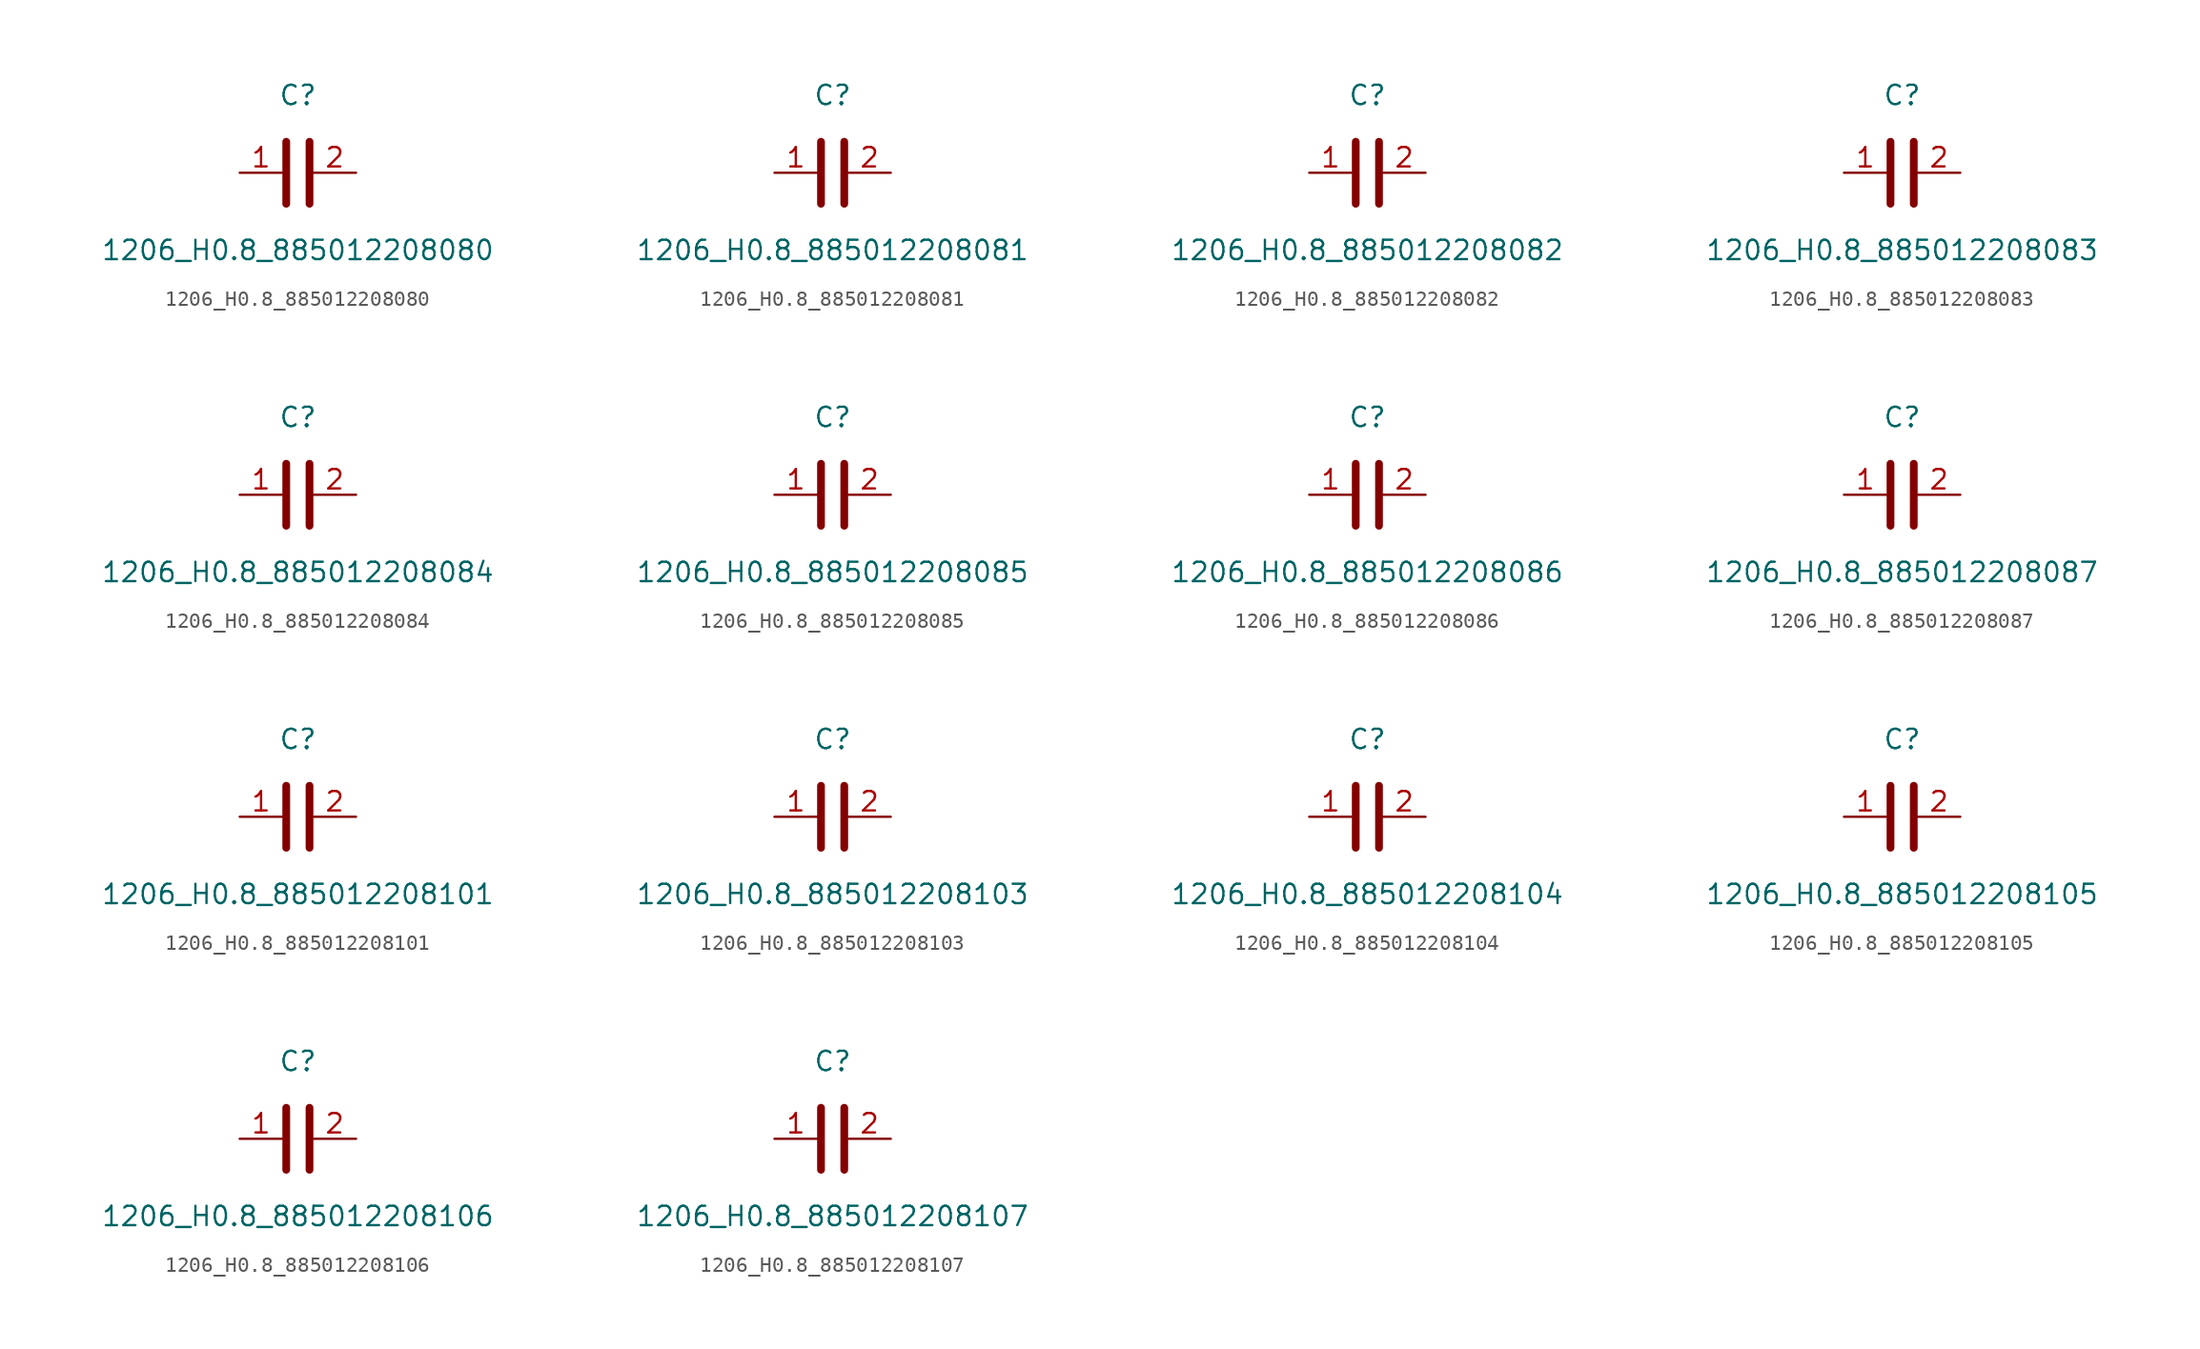
<source format=kicad_sym>
(kicad_symbol_lib
  (version 20220914)
  (generator kicad_symbol_editor)
  (symbol "1206_H0.8_885012208080"
    (pin_names hide)
    (property "Reference" "C"
      (at 0 5.08 0)
      (effects (font (size 1.27 1.27))))
    (property "Value" "1206_H0.8_885012208080"
      (at 0 -5.08 0)
      (effects (font (size 1.27 1.27))))
    (symbol "1206_H0.8_885012208080_0_1"
      (polyline (pts (xy -0.762 -2.032) (xy -0.762 2.032)) (stroke (width 0.508) (type default)) (fill (type none)))
      (polyline (pts (xy 0.762 -2.032) (xy 0.762 2.032)) (stroke (width 0.508) (type default)) (fill (type none))))
    (symbol "1206_H0.8_885012208080_1_1"
      (pin passive line (at -3.81 0 0) (length 2.794) (name "1" (effects (font (size 1.27 1.27)))) (number "1" (effects (font (size 1.27 1.27)))))
      (pin passive line (at 3.81 0 180) (length 2.794) (name "2" (effects (font (size 1.27 1.27)))) (number "2" (effects (font (size 1.27 1.27)))))))
  (symbol "1206_H0.8_885012208081"
    (pin_names hide)
    (property "Reference" "C"
      (at 0 5.08 0)
      (effects (font (size 1.27 1.27))))
    (property "Value" "1206_H0.8_885012208081"
      (at 0 -5.08 0)
      (effects (font (size 1.27 1.27))))
    (symbol "1206_H0.8_885012208081_0_1"
      (polyline (pts (xy -0.762 -2.032) (xy -0.762 2.032)) (stroke (width 0.508) (type default)) (fill (type none)))
      (polyline (pts (xy 0.762 -2.032) (xy 0.762 2.032)) (stroke (width 0.508) (type default)) (fill (type none))))
    (symbol "1206_H0.8_885012208081_1_1"
      (pin passive line (at -3.81 0 0) (length 2.794) (name "1" (effects (font (size 1.27 1.27)))) (number "1" (effects (font (size 1.27 1.27)))))
      (pin passive line (at 3.81 0 180) (length 2.794) (name "2" (effects (font (size 1.27 1.27)))) (number "2" (effects (font (size 1.27 1.27)))))))
  (symbol "1206_H0.8_885012208082"
    (pin_names hide)
    (property "Reference" "C"
      (at 0 5.08 0)
      (effects (font (size 1.27 1.27))))
    (property "Value" "1206_H0.8_885012208082"
      (at 0 -5.08 0)
      (effects (font (size 1.27 1.27))))
    (symbol "1206_H0.8_885012208082_0_1"
      (polyline (pts (xy -0.762 -2.032) (xy -0.762 2.032)) (stroke (width 0.508) (type default)) (fill (type none)))
      (polyline (pts (xy 0.762 -2.032) (xy 0.762 2.032)) (stroke (width 0.508) (type default)) (fill (type none))))
    (symbol "1206_H0.8_885012208082_1_1"
      (pin passive line (at -3.81 0 0) (length 2.794) (name "1" (effects (font (size 1.27 1.27)))) (number "1" (effects (font (size 1.27 1.27)))))
      (pin passive line (at 3.81 0 180) (length 2.794) (name "2" (effects (font (size 1.27 1.27)))) (number "2" (effects (font (size 1.27 1.27)))))))
  (symbol "1206_H0.8_885012208083"
    (pin_names hide)
    (property "Reference" "C"
      (at 0 5.08 0)
      (effects (font (size 1.27 1.27))))
    (property "Value" "1206_H0.8_885012208083"
      (at 0 -5.08 0)
      (effects (font (size 1.27 1.27))))
    (symbol "1206_H0.8_885012208083_0_1"
      (polyline (pts (xy -0.762 -2.032) (xy -0.762 2.032)) (stroke (width 0.508) (type default)) (fill (type none)))
      (polyline (pts (xy 0.762 -2.032) (xy 0.762 2.032)) (stroke (width 0.508) (type default)) (fill (type none))))
    (symbol "1206_H0.8_885012208083_1_1"
      (pin passive line (at -3.81 0 0) (length 2.794) (name "1" (effects (font (size 1.27 1.27)))) (number "1" (effects (font (size 1.27 1.27)))))
      (pin passive line (at 3.81 0 180) (length 2.794) (name "2" (effects (font (size 1.27 1.27)))) (number "2" (effects (font (size 1.27 1.27)))))))
  (symbol "1206_H0.8_885012208084"
    (pin_names hide)
    (property "Reference" "C"
      (at 0 5.08 0)
      (effects (font (size 1.27 1.27))))
    (property "Value" "1206_H0.8_885012208084"
      (at 0 -5.08 0)
      (effects (font (size 1.27 1.27))))
    (symbol "1206_H0.8_885012208084_0_1"
      (polyline (pts (xy -0.762 -2.032) (xy -0.762 2.032)) (stroke (width 0.508) (type default)) (fill (type none)))
      (polyline (pts (xy 0.762 -2.032) (xy 0.762 2.032)) (stroke (width 0.508) (type default)) (fill (type none))))
    (symbol "1206_H0.8_885012208084_1_1"
      (pin passive line (at -3.81 0 0) (length 2.794) (name "1" (effects (font (size 1.27 1.27)))) (number "1" (effects (font (size 1.27 1.27)))))
      (pin passive line (at 3.81 0 180) (length 2.794) (name "2" (effects (font (size 1.27 1.27)))) (number "2" (effects (font (size 1.27 1.27)))))))
  (symbol "1206_H0.8_885012208085"
    (pin_names hide)
    (property "Reference" "C"
      (at 0 5.08 0)
      (effects (font (size 1.27 1.27))))
    (property "Value" "1206_H0.8_885012208085"
      (at 0 -5.08 0)
      (effects (font (size 1.27 1.27))))
    (symbol "1206_H0.8_885012208085_0_1"
      (polyline (pts (xy -0.762 -2.032) (xy -0.762 2.032)) (stroke (width 0.508) (type default)) (fill (type none)))
      (polyline (pts (xy 0.762 -2.032) (xy 0.762 2.032)) (stroke (width 0.508) (type default)) (fill (type none))))
    (symbol "1206_H0.8_885012208085_1_1"
      (pin passive line (at -3.81 0 0) (length 2.794) (name "1" (effects (font (size 1.27 1.27)))) (number "1" (effects (font (size 1.27 1.27)))))
      (pin passive line (at 3.81 0 180) (length 2.794) (name "2" (effects (font (size 1.27 1.27)))) (number "2" (effects (font (size 1.27 1.27)))))))
  (symbol "1206_H0.8_885012208086"
    (pin_names hide)
    (property "Reference" "C"
      (at 0 5.08 0)
      (effects (font (size 1.27 1.27))))
    (property "Value" "1206_H0.8_885012208086"
      (at 0 -5.08 0)
      (effects (font (size 1.27 1.27))))
    (symbol "1206_H0.8_885012208086_0_1"
      (polyline (pts (xy -0.762 -2.032) (xy -0.762 2.032)) (stroke (width 0.508) (type default)) (fill (type none)))
      (polyline (pts (xy 0.762 -2.032) (xy 0.762 2.032)) (stroke (width 0.508) (type default)) (fill (type none))))
    (symbol "1206_H0.8_885012208086_1_1"
      (pin passive line (at -3.81 0 0) (length 2.794) (name "1" (effects (font (size 1.27 1.27)))) (number "1" (effects (font (size 1.27 1.27)))))
      (pin passive line (at 3.81 0 180) (length 2.794) (name "2" (effects (font (size 1.27 1.27)))) (number "2" (effects (font (size 1.27 1.27)))))))
  (symbol "1206_H0.8_885012208087"
    (pin_names hide)
    (property "Reference" "C"
      (at 0 5.08 0)
      (effects (font (size 1.27 1.27))))
    (property "Value" "1206_H0.8_885012208087"
      (at 0 -5.08 0)
      (effects (font (size 1.27 1.27))))
    (symbol "1206_H0.8_885012208087_0_1"
      (polyline (pts (xy -0.762 -2.032) (xy -0.762 2.032)) (stroke (width 0.508) (type default)) (fill (type none)))
      (polyline (pts (xy 0.762 -2.032) (xy 0.762 2.032)) (stroke (width 0.508) (type default)) (fill (type none))))
    (symbol "1206_H0.8_885012208087_1_1"
      (pin passive line (at -3.81 0 0) (length 2.794) (name "1" (effects (font (size 1.27 1.27)))) (number "1" (effects (font (size 1.27 1.27)))))
      (pin passive line (at 3.81 0 180) (length 2.794) (name "2" (effects (font (size 1.27 1.27)))) (number "2" (effects (font (size 1.27 1.27)))))))
  (symbol "1206_H0.8_885012208101"
    (pin_names hide)
    (property "Reference" "C"
      (at 0 5.08 0)
      (effects (font (size 1.27 1.27))))
    (property "Value" "1206_H0.8_885012208101"
      (at 0 -5.08 0)
      (effects (font (size 1.27 1.27))))
    (symbol "1206_H0.8_885012208101_0_1"
      (polyline (pts (xy -0.762 -2.032) (xy -0.762 2.032)) (stroke (width 0.508) (type default)) (fill (type none)))
      (polyline (pts (xy 0.762 -2.032) (xy 0.762 2.032)) (stroke (width 0.508) (type default)) (fill (type none))))
    (symbol "1206_H0.8_885012208101_1_1"
      (pin passive line (at -3.81 0 0) (length 2.794) (name "1" (effects (font (size 1.27 1.27)))) (number "1" (effects (font (size 1.27 1.27)))))
      (pin passive line (at 3.81 0 180) (length 2.794) (name "2" (effects (font (size 1.27 1.27)))) (number "2" (effects (font (size 1.27 1.27)))))))
  (symbol "1206_H0.8_885012208103"
    (pin_names hide)
    (property "Reference" "C"
      (at 0 5.08 0)
      (effects (font (size 1.27 1.27))))
    (property "Value" "1206_H0.8_885012208103"
      (at 0 -5.08 0)
      (effects (font (size 1.27 1.27))))
    (symbol "1206_H0.8_885012208103_0_1"
      (polyline (pts (xy -0.762 -2.032) (xy -0.762 2.032)) (stroke (width 0.508) (type default)) (fill (type none)))
      (polyline (pts (xy 0.762 -2.032) (xy 0.762 2.032)) (stroke (width 0.508) (type default)) (fill (type none))))
    (symbol "1206_H0.8_885012208103_1_1"
      (pin passive line (at -3.81 0 0) (length 2.794) (name "1" (effects (font (size 1.27 1.27)))) (number "1" (effects (font (size 1.27 1.27)))))
      (pin passive line (at 3.81 0 180) (length 2.794) (name "2" (effects (font (size 1.27 1.27)))) (number "2" (effects (font (size 1.27 1.27)))))))
  (symbol "1206_H0.8_885012208104"
    (pin_names hide)
    (property "Reference" "C"
      (at 0 5.08 0)
      (effects (font (size 1.27 1.27))))
    (property "Value" "1206_H0.8_885012208104"
      (at 0 -5.08 0)
      (effects (font (size 1.27 1.27))))
    (symbol "1206_H0.8_885012208104_0_1"
      (polyline (pts (xy -0.762 -2.032) (xy -0.762 2.032)) (stroke (width 0.508) (type default)) (fill (type none)))
      (polyline (pts (xy 0.762 -2.032) (xy 0.762 2.032)) (stroke (width 0.508) (type default)) (fill (type none))))
    (symbol "1206_H0.8_885012208104_1_1"
      (pin passive line (at -3.81 0 0) (length 2.794) (name "1" (effects (font (size 1.27 1.27)))) (number "1" (effects (font (size 1.27 1.27)))))
      (pin passive line (at 3.81 0 180) (length 2.794) (name "2" (effects (font (size 1.27 1.27)))) (number "2" (effects (font (size 1.27 1.27)))))))
  (symbol "1206_H0.8_885012208105"
    (pin_names hide)
    (property "Reference" "C"
      (at 0 5.08 0)
      (effects (font (size 1.27 1.27))))
    (property "Value" "1206_H0.8_885012208105"
      (at 0 -5.08 0)
      (effects (font (size 1.27 1.27))))
    (symbol "1206_H0.8_885012208105_0_1"
      (polyline (pts (xy -0.762 -2.032) (xy -0.762 2.032)) (stroke (width 0.508) (type default)) (fill (type none)))
      (polyline (pts (xy 0.762 -2.032) (xy 0.762 2.032)) (stroke (width 0.508) (type default)) (fill (type none))))
    (symbol "1206_H0.8_885012208105_1_1"
      (pin passive line (at -3.81 0 0) (length 2.794) (name "1" (effects (font (size 1.27 1.27)))) (number "1" (effects (font (size 1.27 1.27)))))
      (pin passive line (at 3.81 0 180) (length 2.794) (name "2" (effects (font (size 1.27 1.27)))) (number "2" (effects (font (size 1.27 1.27)))))))
  (symbol "1206_H0.8_885012208106"
    (pin_names hide)
    (property "Reference" "C"
      (at 0 5.08 0)
      (effects (font (size 1.27 1.27))))
    (property "Value" "1206_H0.8_885012208106"
      (at 0 -5.08 0)
      (effects (font (size 1.27 1.27))))
    (symbol "1206_H0.8_885012208106_0_1"
      (polyline (pts (xy -0.762 -2.032) (xy -0.762 2.032)) (stroke (width 0.508) (type default)) (fill (type none)))
      (polyline (pts (xy 0.762 -2.032) (xy 0.762 2.032)) (stroke (width 0.508) (type default)) (fill (type none))))
    (symbol "1206_H0.8_885012208106_1_1"
      (pin passive line (at -3.81 0 0) (length 2.794) (name "1" (effects (font (size 1.27 1.27)))) (number "1" (effects (font (size 1.27 1.27)))))
      (pin passive line (at 3.81 0 180) (length 2.794) (name "2" (effects (font (size 1.27 1.27)))) (number "2" (effects (font (size 1.27 1.27)))))))
  (symbol "1206_H0.8_885012208107"
    (pin_names hide)
    (property "Reference" "C"
      (at 0 5.08 0)
      (effects (font (size 1.27 1.27))))
    (property "Value" "1206_H0.8_885012208107"
      (at 0 -5.08 0)
      (effects (font (size 1.27 1.27))))
    (symbol "1206_H0.8_885012208107_0_1"
      (polyline (pts (xy -0.762 -2.032) (xy -0.762 2.032)) (stroke (width 0.508) (type default)) (fill (type none)))
      (polyline (pts (xy 0.762 -2.032) (xy 0.762 2.032)) (stroke (width 0.508) (type default)) (fill (type none))))
    (symbol "1206_H0.8_885012208107_1_1"
      (pin passive line (at -3.81 0 0) (length 2.794) (name "1" (effects (font (size 1.27 1.27)))) (number "1" (effects (font (size 1.27 1.27)))))
      (pin passive line (at 3.81 0 180) (length 2.794) (name "2" (effects (font (size 1.27 1.27)))) (number "2" (effects (font (size 1.27 1.27))))))))
</source>
